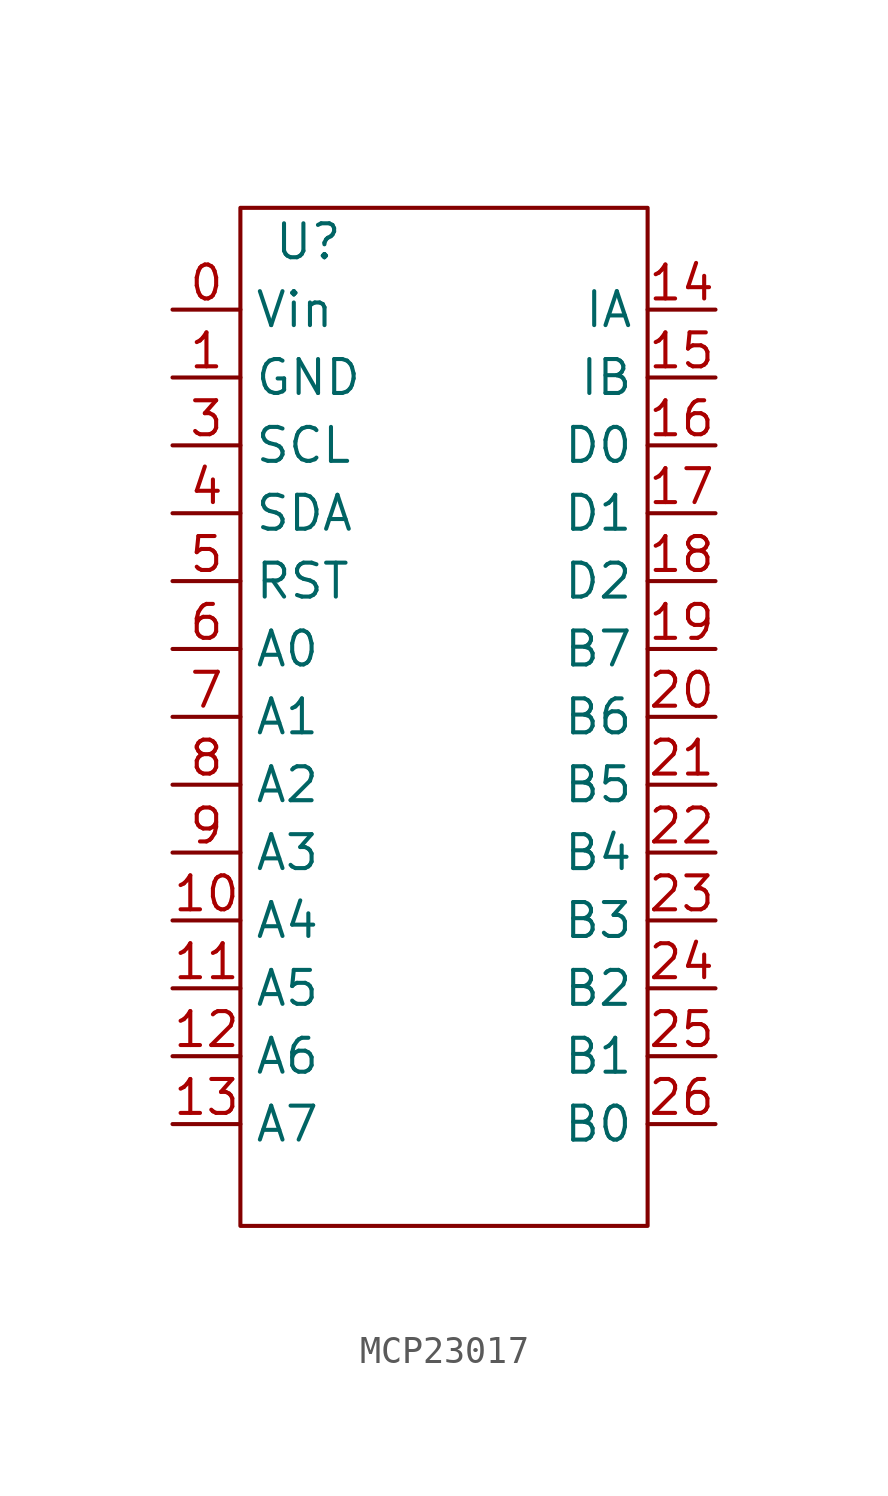
<source format=kicad_sym>
(kicad_symbol_lib
  (version 20220914)
  (generator kicad_symbol_editor)
  (symbol "MCP23017"
    (property "Reference" "U"
      (at -5.08 17.78 0)
      (effects (font (size 1.27 1.27))))
    (property "Value" ""
      (at -5.08 11.43 0)
      (effects (font (size 1.27 1.27))))
    (symbol "MCP23017_0_1"
      (rectangle (start -7.62 19.05) (end 7.62 -19.05) (stroke (width 0) (type default)) (fill (type none))))
    (symbol "MCP23017_1_1"
      (pin input line (at -10.16 15.24 0) (length 2.54) (name "Vin" (effects (font (size 1.27 1.27)))) (number "0" (effects (font (size 1.27 1.27)))))
      (pin bidirectional line (at -10.16 12.7 0) (length 2.54) (name "GND" (effects (font (size 1.27 1.27)))) (number "1" (effects (font (size 1.27 1.27)))))
      (pin bidirectional line (at -10.16 -7.62 0) (length 2.54) (name "A4" (effects (font (size 1.27 1.27)))) (number "10" (effects (font (size 1.27 1.27)))))
      (pin bidirectional line (at -10.16 -10.16 0) (length 2.54) (name "A5" (effects (font (size 1.27 1.27)))) (number "11" (effects (font (size 1.27 1.27)))))
      (pin bidirectional line (at -10.16 -12.7 0) (length 2.54) (name "A6" (effects (font (size 1.27 1.27)))) (number "12" (effects (font (size 1.27 1.27)))))
      (pin bidirectional line (at -10.16 -15.24 0) (length 2.54) (name "A7" (effects (font (size 1.27 1.27)))) (number "13" (effects (font (size 1.27 1.27)))))
      (pin output line (at 10.16 15.24 180) (length 2.54) (name "IA" (effects (font (size 1.27 1.27)))) (number "14" (effects (font (size 1.27 1.27)))))
      (pin output line (at 10.16 12.7 180) (length 2.54) (name "IB" (effects (font (size 1.27 1.27)))) (number "15" (effects (font (size 1.27 1.27)))))
      (pin input line (at 10.16 10.16 180) (length 2.54) (name "D0" (effects (font (size 1.27 1.27)))) (number "16" (effects (font (size 1.27 1.27)))))
      (pin input line (at 10.16 7.62 180) (length 2.54) (name "D1" (effects (font (size 1.27 1.27)))) (number "17" (effects (font (size 1.27 1.27)))))
      (pin input line (at 10.16 5.08 180) (length 2.54) (name "D2" (effects (font (size 1.27 1.27)))) (number "18" (effects (font (size 1.27 1.27)))))
      (pin bidirectional line (at 10.16 2.54 180) (length 2.54) (name "B7" (effects (font (size 1.27 1.27)))) (number "19" (effects (font (size 1.27 1.27)))))
      (pin bidirectional line (at 10.16 0 180) (length 2.54) (name "B6" (effects (font (size 1.27 1.27)))) (number "20" (effects (font (size 1.27 1.27)))))
      (pin bidirectional line (at 10.16 -2.54 180) (length 2.54) (name "B5" (effects (font (size 1.27 1.27)))) (number "21" (effects (font (size 1.27 1.27)))))
      (pin bidirectional line (at 10.16 -5.08 180) (length 2.54) (name "B4" (effects (font (size 1.27 1.27)))) (number "22" (effects (font (size 1.27 1.27)))))
      (pin bidirectional line (at 10.16 -7.62 180) (length 2.54) (name "B3" (effects (font (size 1.27 1.27)))) (number "23" (effects (font (size 1.27 1.27)))))
      (pin bidirectional line (at 10.16 -10.16 180) (length 2.54) (name "B2" (effects (font (size 1.27 1.27)))) (number "24" (effects (font (size 1.27 1.27)))))
      (pin bidirectional line (at 10.16 -12.7 180) (length 2.54) (name "B1" (effects (font (size 1.27 1.27)))) (number "25" (effects (font (size 1.27 1.27)))))
      (pin bidirectional line (at 10.16 -15.24 180) (length 2.54) (name "B0" (effects (font (size 1.27 1.27)))) (number "26" (effects (font (size 1.27 1.27)))))
      (pin bidirectional line (at -10.16 10.16 0) (length 2.54) (name "SCL" (effects (font (size 1.27 1.27)))) (number "3" (effects (font (size 1.27 1.27)))))
      (pin bidirectional line (at -10.16 7.62 0) (length 2.54) (name "SDA" (effects (font (size 1.27 1.27)))) (number "4" (effects (font (size 1.27 1.27)))))
      (pin input line (at -10.16 5.08 0) (length 2.54) (name "RST" (effects (font (size 1.27 1.27)))) (number "5" (effects (font (size 1.27 1.27)))))
      (pin bidirectional line (at -10.16 2.54 0) (length 2.54) (name "A0" (effects (font (size 1.27 1.27)))) (number "6" (effects (font (size 1.27 1.27)))))
      (pin bidirectional line (at -10.16 0 0) (length 2.54) (name "A1" (effects (font (size 1.27 1.27)))) (number "7" (effects (font (size 1.27 1.27)))))
      (pin bidirectional line (at -10.16 -2.54 0) (length 2.54) (name "A2" (effects (font (size 1.27 1.27)))) (number "8" (effects (font (size 1.27 1.27)))))
      (pin bidirectional line (at -10.16 -5.08 0) (length 2.54) (name "A3" (effects (font (size 1.27 1.27)))) (number "9" (effects (font (size 1.27 1.27))))))))
</source>
